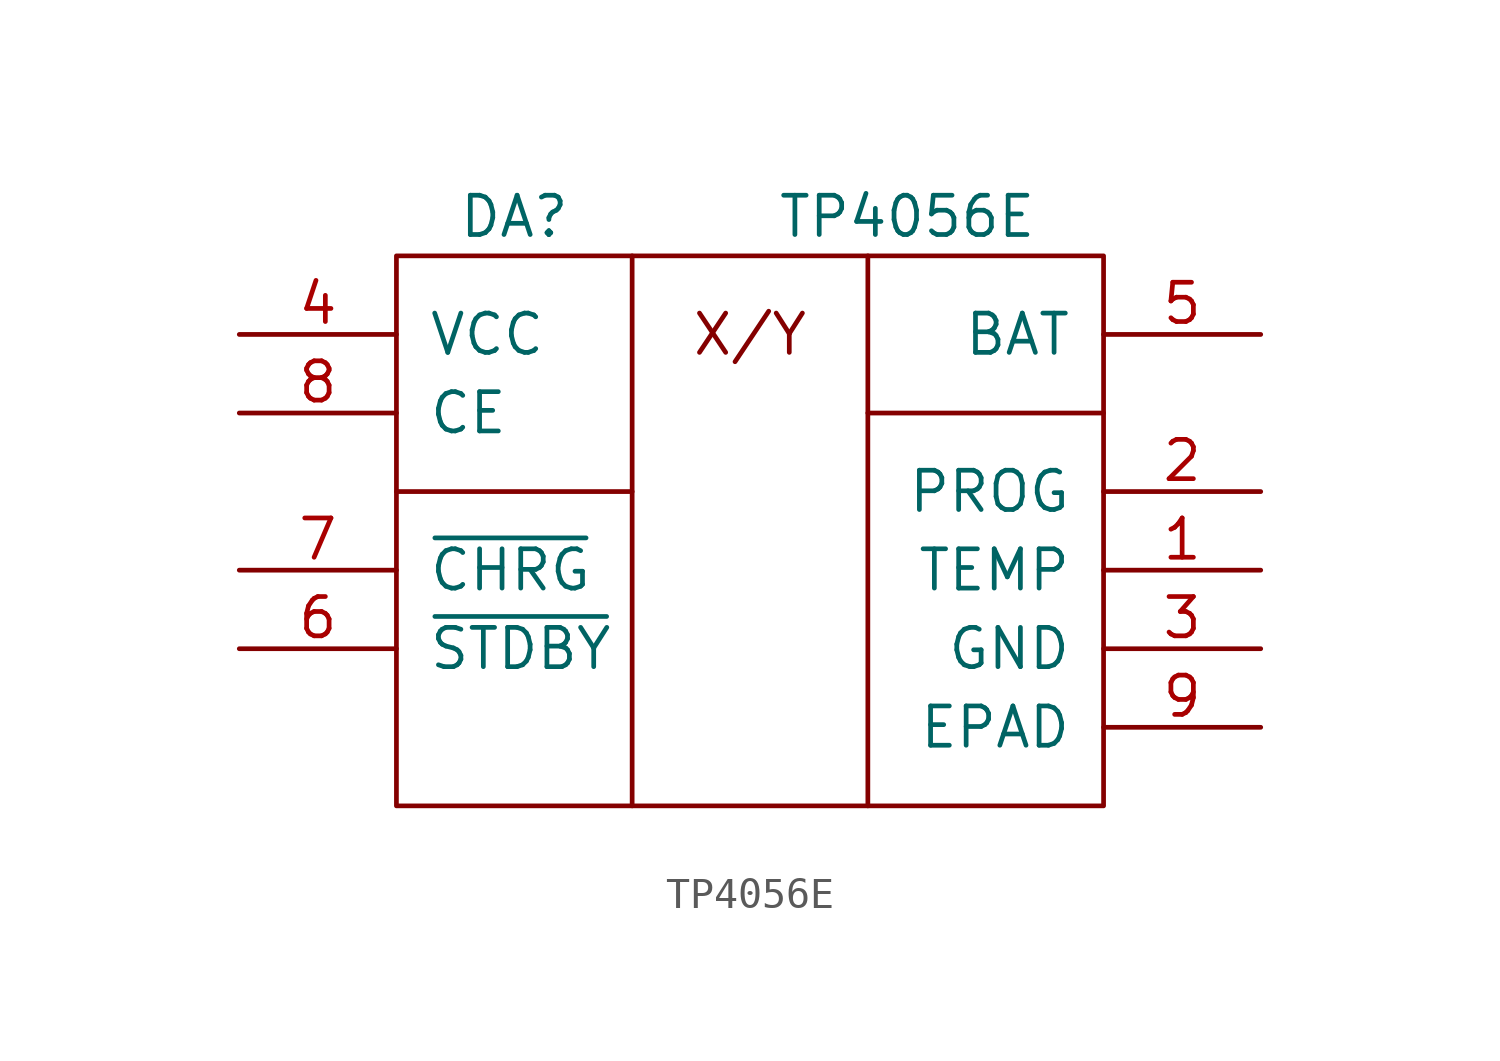
<source format=kicad_sym>
(kicad_symbol_lib
  (version 20211014)
  (generator kicad_symbol_editor)
  (symbol "TP4056E"
    (pin_names
      (offset 1.016))
    (property "Reference" "DA"
      (at 8.89 3.81 0)
      (effects (font (size 1.27 1.27))))
    (property "Value" "TP4056E"
      (at 21.59 3.81 0)
      (effects (font (size 1.27 1.27))))
    (symbol "TP4056E_0_1"
      (polyline (pts (xy 5.08 -5.08) (xy 12.7 -5.08)) (stroke (width 0) (type default) (color 0 0 0 0)) (fill (type none)))
      (polyline (pts (xy 12.7 2.54) (xy 12.7 -15.24)) (stroke (width 0) (type default) (color 0 0 0 0)) (fill (type none)))
      (polyline (pts (xy 20.32 -2.54) (xy 27.94 -2.54)) (stroke (width 0) (type default) (color 0 0 0 0)) (fill (type none)))
      (polyline (pts (xy 20.32 2.54) (xy 20.32 -15.24)) (stroke (width 0) (type default) (color 0 0 0 0)) (fill (type none)))
      (polyline (pts (xy 5.08 2.54) (xy 27.94 2.54) (xy 27.94 -15.24) (xy 5.08 -15.24) (xy 5.08 2.54)) (stroke (width 0) (type default) (color 0 0 0 0)) (fill (type none))))
    (symbol "TP4056E_1_0"
      (text "X/Y" (at 16.51 0 0) (effects (font (size 1.27 1.27)))))
    (symbol "TP4056E_1_1"
      (pin input line (at 33.02 -7.62 180) (length 5.08) (name "TEMP" (effects (font (size 1.27 1.27)))) (number "1" (effects (font (size 1.27 1.27)))))
      (pin input line (at 33.02 -5.08 180) (length 5.08) (name "PROG" (effects (font (size 1.27 1.27)))) (number "2" (effects (font (size 1.27 1.27)))))
      (pin power_in line (at 33.02 -10.16 180) (length 5.08) (name "GND" (effects (font (size 1.27 1.27)))) (number "3" (effects (font (size 1.27 1.27)))))
      (pin power_in line (at 0 0 0) (length 5.08) (name "VCC" (effects (font (size 1.27 1.27)))) (number "4" (effects (font (size 1.27 1.27)))))
      (pin power_out line (at 33.02 0 180) (length 5.08) (name "BAT" (effects (font (size 1.27 1.27)))) (number "5" (effects (font (size 1.27 1.27)))))
      (pin output line (at 0 -10.16 0) (length 5.08) (name "~{STDBY}" (effects (font (size 1.27 1.27)))) (number "6" (effects (font (size 1.27 1.27)))))
      (pin output line (at 0 -7.62 0) (length 5.08) (name "~{CHRG}" (effects (font (size 1.27 1.27)))) (number "7" (effects (font (size 1.27 1.27)))))
      (pin input line (at 0 -2.54 0) (length 5.08) (name "CE" (effects (font (size 1.27 1.27)))) (number "8" (effects (font (size 1.27 1.27)))))
      (pin power_in line (at 33.02 -12.7 180) (length 5.08) (name "EPAD" (effects (font (size 1.27 1.27)))) (number "9" (effects (font (size 1.27 1.27))))))))
</source>
